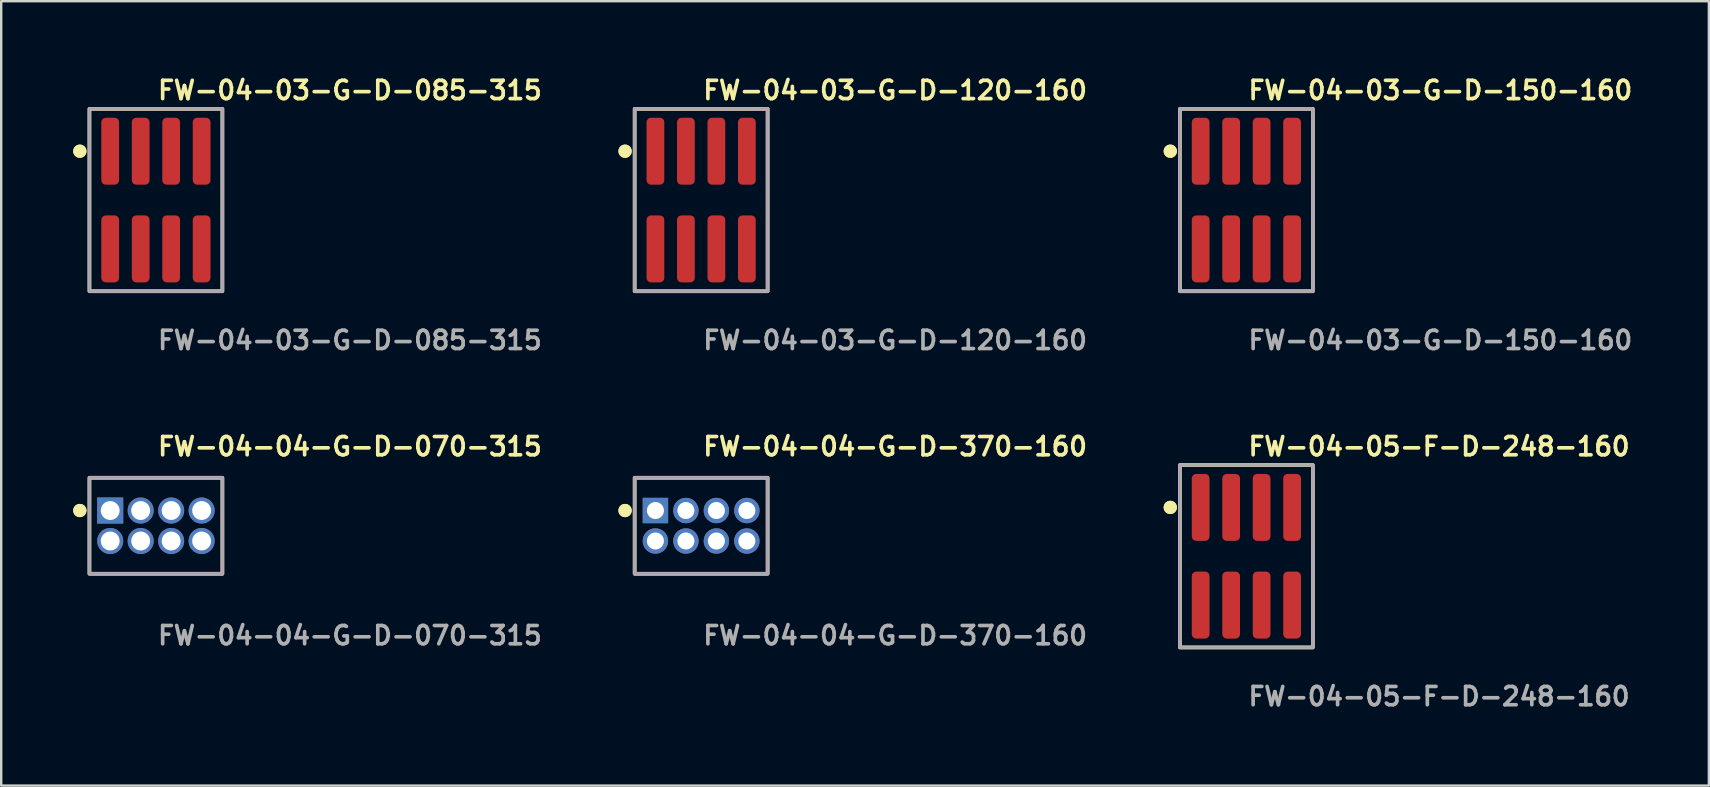
<source format=kicad_pcb>
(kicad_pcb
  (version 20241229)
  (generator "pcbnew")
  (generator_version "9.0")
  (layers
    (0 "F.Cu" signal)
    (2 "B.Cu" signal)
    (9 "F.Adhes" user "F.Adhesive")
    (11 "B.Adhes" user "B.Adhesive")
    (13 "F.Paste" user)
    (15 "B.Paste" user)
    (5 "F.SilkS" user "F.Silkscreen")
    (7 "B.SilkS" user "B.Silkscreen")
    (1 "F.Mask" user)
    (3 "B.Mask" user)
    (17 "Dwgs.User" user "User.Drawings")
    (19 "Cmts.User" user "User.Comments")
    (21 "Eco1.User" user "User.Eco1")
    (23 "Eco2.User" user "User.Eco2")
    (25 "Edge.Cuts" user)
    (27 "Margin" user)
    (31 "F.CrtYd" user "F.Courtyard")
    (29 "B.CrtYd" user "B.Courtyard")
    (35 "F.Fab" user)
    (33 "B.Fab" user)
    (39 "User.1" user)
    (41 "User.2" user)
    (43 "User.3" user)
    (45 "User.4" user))
  (footprint "FW-04-04-G-D-370-160"
    (layer "F.Cu")
    (at 26.163 18.856)
    (property "Reference" "FW-04-04-G-D-370-160" (at 0 -3.302 0) (unlocked yes) (layer "F.SilkS") (effects (font (size 0.762 0.762) (thickness 0.152)) (justify left)))
    (fp_rect (start -2.77 2) (end 2.77 -2) (stroke (width 0.152) (type solid)) (fill no) (layer "F.SilkS"))
    (fp_circle (center -3.17 -0.635) (end -3.37 -0.635) (stroke (width 0.152) (type solid)) (fill yes) (layer "F.SilkS"))
    (fp_circle (center -3.17 -0.635) (end -3.37 -0.635) (stroke (width 0.152) (type solid)) (fill yes) (layer "F.SilkS"))
    (fp_rect (start -2.77 2) (end 2.77 -2) (stroke (width 0.006) (type solid)) (fill no) (layer "F.CrtYd"))
    (fp_rect (start -2.77 2) (end 2.77 -2) (stroke (width 0.152) (type solid)) (fill no) (layer "F.Fab"))
    (fp_text user "${REFERENCE}" (at 0 4.572 0) (unlocked yes) (layer "F.Fab") (effects (font (size 0.762 0.762) (thickness 0.152)) (justify left)))
    (pad "1" thru_hole rect (at -1.905 -0.635) (size 1.06 1.06) (drill 0.71) (layers "*.Cu" "*.Mask"))
    (pad "2" thru_hole circle (at -1.905 0.635) (size 1.06 1.06) (drill 0.71) (layers "*.Cu" "*.Mask"))
    (pad "3" thru_hole circle (at -0.635 -0.635) (size 1.06 1.06) (drill 0.71) (layers "*.Cu" "*.Mask"))
    (pad "4" thru_hole circle (at -0.635 0.635) (size 1.06 1.06) (drill 0.71) (layers "*.Cu" "*.Mask"))
    (pad "5" thru_hole circle (at 0.635 -0.635) (size 1.06 1.06) (drill 0.71) (layers "*.Cu" "*.Mask"))
    (pad "6" thru_hole circle (at 0.635 0.635) (size 1.06 1.06) (drill 0.71) (layers "*.Cu" "*.Mask"))
    (pad "7" thru_hole circle (at 1.905 -0.635) (size 1.06 1.06) (drill 0.71) (layers "*.Cu" "*.Mask"))
    (pad "8" thru_hole circle (at 1.905 0.635) (size 1.06 1.06) (drill 0.71) (layers "*.Cu" "*.Mask")))
  (footprint "FW-04-03-G-D-085-315"
    (layer "F.Cu")
    (at 3.446 5.285)
    (property "Reference" "FW-04-03-G-D-085-315" (at 0 -4.572 0) (unlocked yes) (layer "F.SilkS") (effects (font (size 0.762 0.762) (thickness 0.152)) (justify left)))
    (fp_rect (start -2.77 3.8) (end 2.77 -3.8) (stroke (width 0.152) (type solid)) (fill no) (layer "F.SilkS"))
    (fp_circle (center -3.17 -2.035) (end -3.37 -2.035) (stroke (width 0.152) (type solid)) (fill yes) (layer "F.SilkS"))
    (fp_circle (center -3.17 -2.035) (end -3.37 -2.035) (stroke (width 0.152) (type solid)) (fill yes) (layer "F.SilkS"))
    (fp_rect (start -2.77 3.8) (end 2.77 -3.8) (stroke (width 0.006) (type solid)) (fill no) (layer "F.CrtYd"))
    (fp_rect (start -2.77 3.8) (end 2.77 -3.8) (stroke (width 0.152) (type solid)) (fill no) (layer "F.Fab"))
    (fp_text user "${REFERENCE}" (at 0 5.842 0) (unlocked yes) (layer "F.Fab") (effects (font (size 0.762 0.762) (thickness 0.152)) (justify left)))
    (pad "1" smd roundrect (at -1.905 -2.035) (size 0.74 2.79) (layers "F.Cu" "F.Paste") (roundrect_rratio 0.25))
    (pad "2" smd roundrect (at -1.905 2.035) (size 0.74 2.79) (layers "F.Cu" "F.Paste") (roundrect_rratio 0.25))
    (pad "3" smd roundrect (at -0.635 -2.035) (size 0.74 2.79) (layers "F.Cu" "F.Paste") (roundrect_rratio 0.25))
    (pad "4" smd roundrect (at -0.635 2.035) (size 0.74 2.79) (layers "F.Cu" "F.Paste") (roundrect_rratio 0.25))
    (pad "5" smd roundrect (at 0.635 -2.035) (size 0.74 2.79) (layers "F.Cu" "F.Paste") (roundrect_rratio 0.25))
    (pad "6" smd roundrect (at 0.635 2.035) (size 0.74 2.79) (layers "F.Cu" "F.Paste") (roundrect_rratio 0.25))
    (pad "7" smd roundrect (at 1.905 -2.035) (size 0.74 2.79) (layers "F.Cu" "F.Paste") (roundrect_rratio 0.25))
    (pad "8" smd roundrect (at 1.905 2.035) (size 0.74 2.79) (layers "F.Cu" "F.Paste") (roundrect_rratio 0.25)))
  (footprint "FW-04-03-G-D-120-160"
    (layer "F.Cu")
    (at 26.163 5.285)
    (property "Reference" "FW-04-03-G-D-120-160" (at 0 -4.572 0) (unlocked yes) (layer "F.SilkS") (effects (font (size 0.762 0.762) (thickness 0.152)) (justify left)))
    (fp_rect (start -2.77 3.8) (end 2.77 -3.8) (stroke (width 0.152) (type solid)) (fill no) (layer "F.SilkS"))
    (fp_circle (center -3.17 -2.035) (end -3.37 -2.035) (stroke (width 0.152) (type solid)) (fill yes) (layer "F.SilkS"))
    (fp_circle (center -3.17 -2.035) (end -3.37 -2.035) (stroke (width 0.152) (type solid)) (fill yes) (layer "F.SilkS"))
    (fp_rect (start -2.77 3.8) (end 2.77 -3.8) (stroke (width 0.006) (type solid)) (fill no) (layer "F.CrtYd"))
    (fp_rect (start -2.77 3.8) (end 2.77 -3.8) (stroke (width 0.152) (type solid)) (fill no) (layer "F.Fab"))
    (fp_text user "${REFERENCE}" (at 0 5.842 0) (unlocked yes) (layer "F.Fab") (effects (font (size 0.762 0.762) (thickness 0.152)) (justify left)))
    (pad "1" smd roundrect (at -1.905 -2.035) (size 0.74 2.79) (layers "F.Cu" "F.Paste") (roundrect_rratio 0.25))
    (pad "2" smd roundrect (at -1.905 2.035) (size 0.74 2.79) (layers "F.Cu" "F.Paste") (roundrect_rratio 0.25))
    (pad "3" smd roundrect (at -0.635 -2.035) (size 0.74 2.79) (layers "F.Cu" "F.Paste") (roundrect_rratio 0.25))
    (pad "4" smd roundrect (at -0.635 2.035) (size 0.74 2.79) (layers "F.Cu" "F.Paste") (roundrect_rratio 0.25))
    (pad "5" smd roundrect (at 0.635 -2.035) (size 0.74 2.79) (layers "F.Cu" "F.Paste") (roundrect_rratio 0.25))
    (pad "6" smd roundrect (at 0.635 2.035) (size 0.74 2.79) (layers "F.Cu" "F.Paste") (roundrect_rratio 0.25))
    (pad "7" smd roundrect (at 1.905 -2.035) (size 0.74 2.79) (layers "F.Cu" "F.Paste") (roundrect_rratio 0.25))
    (pad "8" smd roundrect (at 1.905 2.035) (size 0.74 2.79) (layers "F.Cu" "F.Paste") (roundrect_rratio 0.25)))
  (footprint "FW-04-03-G-D-150-160"
    (layer "F.Cu")
    (at 48.88 5.285)
    (property "Reference" "FW-04-03-G-D-150-160" (at 0 -4.572 0) (unlocked yes) (layer "F.SilkS") (effects (font (size 0.762 0.762) (thickness 0.152)) (justify left)))
    (fp_rect (start -2.77 3.8) (end 2.77 -3.8) (stroke (width 0.152) (type solid)) (fill no) (layer "F.SilkS"))
    (fp_circle (center -3.17 -2.035) (end -3.37 -2.035) (stroke (width 0.152) (type solid)) (fill yes) (layer "F.SilkS"))
    (fp_circle (center -3.17 -2.035) (end -3.37 -2.035) (stroke (width 0.152) (type solid)) (fill yes) (layer "F.SilkS"))
    (fp_rect (start -2.77 3.8) (end 2.77 -3.8) (stroke (width 0.006) (type solid)) (fill no) (layer "F.CrtYd"))
    (fp_rect (start -2.77 3.8) (end 2.77 -3.8) (stroke (width 0.152) (type solid)) (fill no) (layer "F.Fab"))
    (fp_text user "${REFERENCE}" (at 0 5.842 0) (unlocked yes) (layer "F.Fab") (effects (font (size 0.762 0.762) (thickness 0.152)) (justify left)))
    (pad "1" smd roundrect (at -1.905 -2.035) (size 0.74 2.79) (layers "F.Cu" "F.Paste") (roundrect_rratio 0.25))
    (pad "2" smd roundrect (at -1.905 2.035) (size 0.74 2.79) (layers "F.Cu" "F.Paste") (roundrect_rratio 0.25))
    (pad "3" smd roundrect (at -0.635 -2.035) (size 0.74 2.79) (layers "F.Cu" "F.Paste") (roundrect_rratio 0.25))
    (pad "4" smd roundrect (at -0.635 2.035) (size 0.74 2.79) (layers "F.Cu" "F.Paste") (roundrect_rratio 0.25))
    (pad "5" smd roundrect (at 0.635 -2.035) (size 0.74 2.79) (layers "F.Cu" "F.Paste") (roundrect_rratio 0.25))
    (pad "6" smd roundrect (at 0.635 2.035) (size 0.74 2.79) (layers "F.Cu" "F.Paste") (roundrect_rratio 0.25))
    (pad "7" smd roundrect (at 1.905 -2.035) (size 0.74 2.79) (layers "F.Cu" "F.Paste") (roundrect_rratio 0.25))
    (pad "8" smd roundrect (at 1.905 2.035) (size 0.74 2.79) (layers "F.Cu" "F.Paste") (roundrect_rratio 0.25)))
  (footprint "FW-04-04-G-D-070-315"
    (layer "F.Cu")
    (at 3.446 18.856)
    (property "Reference" "FW-04-04-G-D-070-315" (at 0 -3.302 0) (unlocked yes) (layer "F.SilkS") (effects (font (size 0.762 0.762) (thickness 0.152)) (justify left)))
    (fp_rect (start -2.77 2) (end 2.77 -2) (stroke (width 0.152) (type solid)) (fill no) (layer "F.SilkS"))
    (fp_circle (center -3.17 -0.635) (end -3.37 -0.635) (stroke (width 0.152) (type solid)) (fill yes) (layer "F.SilkS"))
    (fp_circle (center -3.17 -0.635) (end -3.37 -0.635) (stroke (width 0.152) (type solid)) (fill yes) (layer "F.SilkS"))
    (fp_rect (start -2.77 2) (end 2.77 -2) (stroke (width 0.006) (type solid)) (fill no) (layer "F.CrtYd"))
    (fp_rect (start -2.77 2) (end 2.77 -2) (stroke (width 0.152) (type solid)) (fill no) (layer "F.Fab"))
    (fp_text user "${REFERENCE}" (at 0 4.572 0) (unlocked yes) (layer "F.Fab") (effects (font (size 0.762 0.762) (thickness 0.152)) (justify left)))
    (pad "1" thru_hole rect (at -1.905 -0.635) (size 1.087 1.087) (drill 0.787) (layers "*.Cu" "*.Mask"))
    (pad "2" thru_hole circle (at -1.905 0.635) (size 1.087 1.087) (drill 0.787) (layers "*.Cu" "*.Mask"))
    (pad "3" thru_hole circle (at -0.635 -0.635) (size 1.087 1.087) (drill 0.787) (layers "*.Cu" "*.Mask"))
    (pad "4" thru_hole circle (at -0.635 0.635) (size 1.087 1.087) (drill 0.787) (layers "*.Cu" "*.Mask"))
    (pad "5" thru_hole circle (at 0.635 -0.635) (size 1.087 1.087) (drill 0.787) (layers "*.Cu" "*.Mask"))
    (pad "6" thru_hole circle (at 0.635 0.635) (size 1.087 1.087) (drill 0.787) (layers "*.Cu" "*.Mask"))
    (pad "7" thru_hole circle (at 1.905 -0.635) (size 1.087 1.087) (drill 0.787) (layers "*.Cu" "*.Mask"))
    (pad "8" thru_hole circle (at 1.905 0.635) (size 1.087 1.087) (drill 0.787) (layers "*.Cu" "*.Mask")))
  (footprint "FW-04-05-F-D-248-160"
    (layer "F.Cu")
    (at 48.88 20.126)
    (property "Reference" "FW-04-05-F-D-248-160" (at 0 -4.572 0) (unlocked yes) (layer "F.SilkS") (effects (font (size 0.762 0.762) (thickness 0.152)) (justify left)))
    (fp_rect (start -2.77 3.8) (end 2.77 -3.8) (stroke (width 0.152) (type solid)) (fill no) (layer "F.SilkS"))
    (fp_circle (center -3.17 -2.035) (end -3.37 -2.035) (stroke (width 0.152) (type solid)) (fill yes) (layer "F.SilkS"))
    (fp_circle (center -3.17 -2.035) (end -3.37 -2.035) (stroke (width 0.152) (type solid)) (fill yes) (layer "F.SilkS"))
    (fp_rect (start -2.77 3.8) (end 2.77 -3.8) (stroke (width 0.006) (type solid)) (fill no) (layer "F.CrtYd"))
    (fp_rect (start -2.77 3.8) (end 2.77 -3.8) (stroke (width 0.152) (type solid)) (fill no) (layer "F.Fab"))
    (fp_text user "${REFERENCE}" (at 0 5.842 0) (unlocked yes) (layer "F.Fab") (effects (font (size 0.762 0.762) (thickness 0.152)) (justify left)))
    (pad "1" smd roundrect (at -1.905 -2.035) (size 0.74 2.79) (layers "F.Cu" "F.Paste") (roundrect_rratio 0.25))
    (pad "2" smd roundrect (at -1.905 2.035) (size 0.74 2.79) (layers "F.Cu" "F.Paste") (roundrect_rratio 0.25))
    (pad "3" smd roundrect (at -0.635 -2.035) (size 0.74 2.79) (layers "F.Cu" "F.Paste") (roundrect_rratio 0.25))
    (pad "4" smd roundrect (at -0.635 2.035) (size 0.74 2.79) (layers "F.Cu" "F.Paste") (roundrect_rratio 0.25))
    (pad "5" smd roundrect (at 0.635 -2.035) (size 0.74 2.79) (layers "F.Cu" "F.Paste") (roundrect_rratio 0.25))
    (pad "6" smd roundrect (at 0.635 2.035) (size 0.74 2.79) (layers "F.Cu" "F.Paste") (roundrect_rratio 0.25))
    (pad "7" smd roundrect (at 1.905 -2.035) (size 0.74 2.79) (layers "F.Cu" "F.Paste") (roundrect_rratio 0.25))
    (pad "8" smd roundrect (at 1.905 2.035) (size 0.74 2.79) (layers "F.Cu" "F.Paste") (roundrect_rratio 0.25)))
  (gr_rect
    (start -3 -3)
    (end 68.15 29.681)
    (stroke (width 0.1) (type default))
    (fill no)
    (layer "Edge.Cuts")))
</source>
